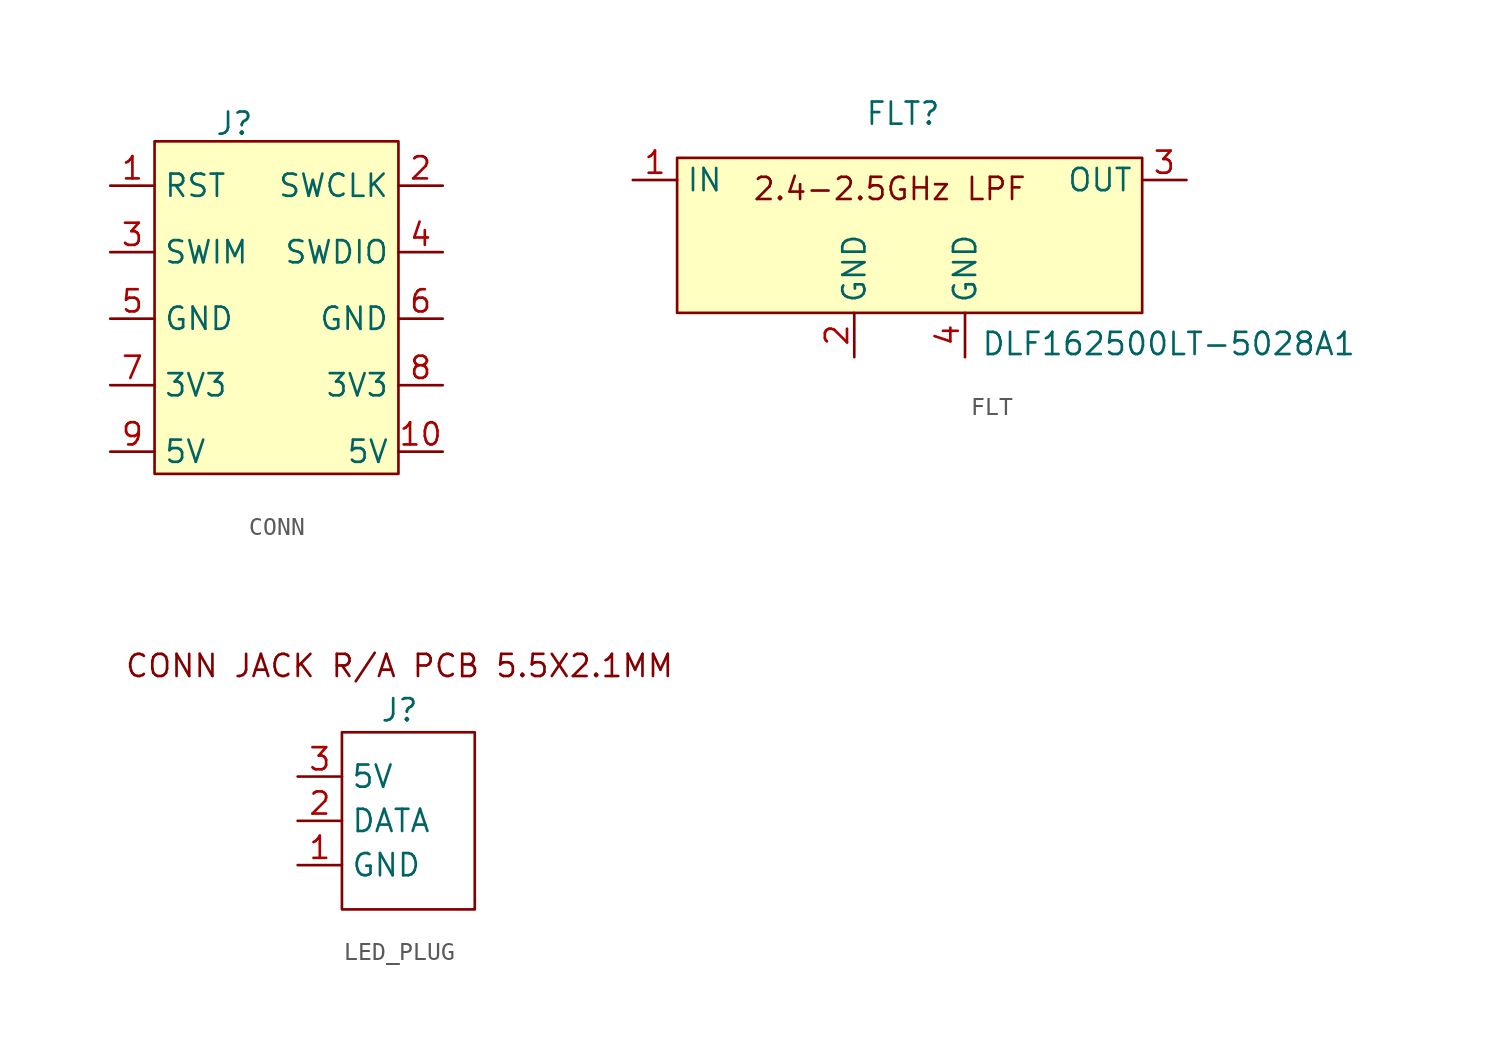
<source format=kicad_sym>
(kicad_symbol_lib
  (version 20241209)
  (generator "kicad_symbol_editor")
  (generator_version "9.0")
  (symbol "CONN"
    (property "Reference" "J"
      (at -3.048 1.016 0)
      (effects (font (size 1.27 1.27))))
    (property "Value" ""
      (at 0 0 0)
      (effects (font (size 1.27 1.27))))
    (symbol "CONN_0_0"
      (pin passive line (at -10.16 -2.54 0) (length 2.54) (name "RST" (effects (font (size 1.27 1.27)))) (number "1" (effects (font (size 1.27 1.27)))))
      (pin passive line (at -10.16 -6.35 0) (length 2.54) (name "SWIM" (effects (font (size 1.27 1.27)))) (number "3" (effects (font (size 1.27 1.27)))))
      (pin passive line (at -10.16 -10.16 0) (length 2.54) (name "GND" (effects (font (size 1.27 1.27)))) (number "5" (effects (font (size 1.27 1.27)))))
      (pin passive line (at -10.16 -13.97 0) (length 2.54) (name "3V3" (effects (font (size 1.27 1.27)))) (number "7" (effects (font (size 1.27 1.27)))))
      (pin passive line (at -10.16 -17.78 0) (length 2.54) (name "5V" (effects (font (size 1.27 1.27)))) (number "9" (effects (font (size 1.27 1.27)))))
      (pin passive line (at 8.89 -2.54 180) (length 2.54) (name "SWCLK" (effects (font (size 1.27 1.27)))) (number "2" (effects (font (size 1.27 1.27)))))
      (pin passive line (at 8.89 -6.35 180) (length 2.54) (name "SWDIO" (effects (font (size 1.27 1.27)))) (number "4" (effects (font (size 1.27 1.27)))))
      (pin passive line (at 8.89 -10.16 180) (length 2.54) (name "GND" (effects (font (size 1.27 1.27)))) (number "6" (effects (font (size 1.27 1.27)))))
      (pin passive line (at 8.89 -13.97 180) (length 2.54) (name "3V3" (effects (font (size 1.27 1.27)))) (number "8" (effects (font (size 1.27 1.27)))))
      (pin passive line (at 8.89 -17.78 180) (length 2.54) (name "5V" (effects (font (size 1.27 1.27)))) (number "10" (effects (font (size 1.27 1.27))))))
    (symbol "CONN_1_1"
      (rectangle (start -7.62 0) (end 6.35 -19.05) (stroke (width 0) (type solid)) (fill (type color) (color 255 255 194 1)))))
  (symbol "FLT"
    (property "Reference" "FLT"
      (at 1.524 3.81 0)
      (effects (font (size 1.27 1.27))))
    (property "Value" "DLF162500LT-5028A1"
      (at 16.764 -9.398 0)
      (effects (font (size 1.27 1.27))))
    (symbol "FLT_0_0"
      (pin passive line (at -13.97 0 0) (length 2.54) (name "IN" (effects (font (size 1.27 1.27)))) (number "1" (effects (font (size 1.27 1.27)))))
      (pin passive line (at -1.27 -10.16 90) (length 2.54) (name "GND" (effects (font (size 1.27 1.27)))) (number "2" (effects (font (size 1.27 1.27)))))
      (pin passive line (at 5.08 -10.16 90) (length 2.54) (name "GND" (effects (font (size 1.27 1.27)))) (number "4" (effects (font (size 1.27 1.27)))))
      (pin passive line (at 17.78 0 180) (length 2.54) (name "OUT" (effects (font (size 1.27 1.27)))) (number "3" (effects (font (size 1.27 1.27))))))
    (symbol "FLT_1_1"
      (rectangle (start -11.43 1.27) (end 15.24 -7.62) (stroke (width 0) (type solid)) (fill (type color) (color 255 255 194 1)))
      (text "2.4-2.5GHz LPF" (at 0.762 -0.508 0) (effects (font (size 1.27 1.27))))))
  (symbol "LED_PLUG"
    (property "Reference" "J"
      (at 3.302 1.27 0)
      (effects (font (size 1.27 1.27))))
    (property "Value" ""
      (at 0 0 0)
      (effects (font (size 1.27 1.27))))
    (symbol "LED_PLUG_0_0"
      (pin passive line (at -2.54 -2.54 0) (length 2.54) (name "5V" (effects (font (size 1.27 1.27)))) (number "3" (effects (font (size 1.27 1.27)))))
      (pin passive line (at -2.54 -5.08 0) (length 2.54) (name "DATA" (effects (font (size 1.27 1.27)))) (number "2" (effects (font (size 1.27 1.27)))))
      (pin passive line (at -2.54 -7.62 0) (length 2.54) (name "GND" (effects (font (size 1.27 1.27)))) (number "1" (effects (font (size 1.27 1.27))))))
    (symbol "LED_PLUG_0_1"
      (rectangle (start 0 0) (end 7.62 -10.16) (stroke (width 0) (type default)) (fill (type none))))
    (symbol "LED_PLUG_1_1"
      (text "CONN JACK R/A PCB 5.5X2.1MM" (at 3.302 3.81 0) (effects (font (size 1.27 1.27)))))))
</source>
